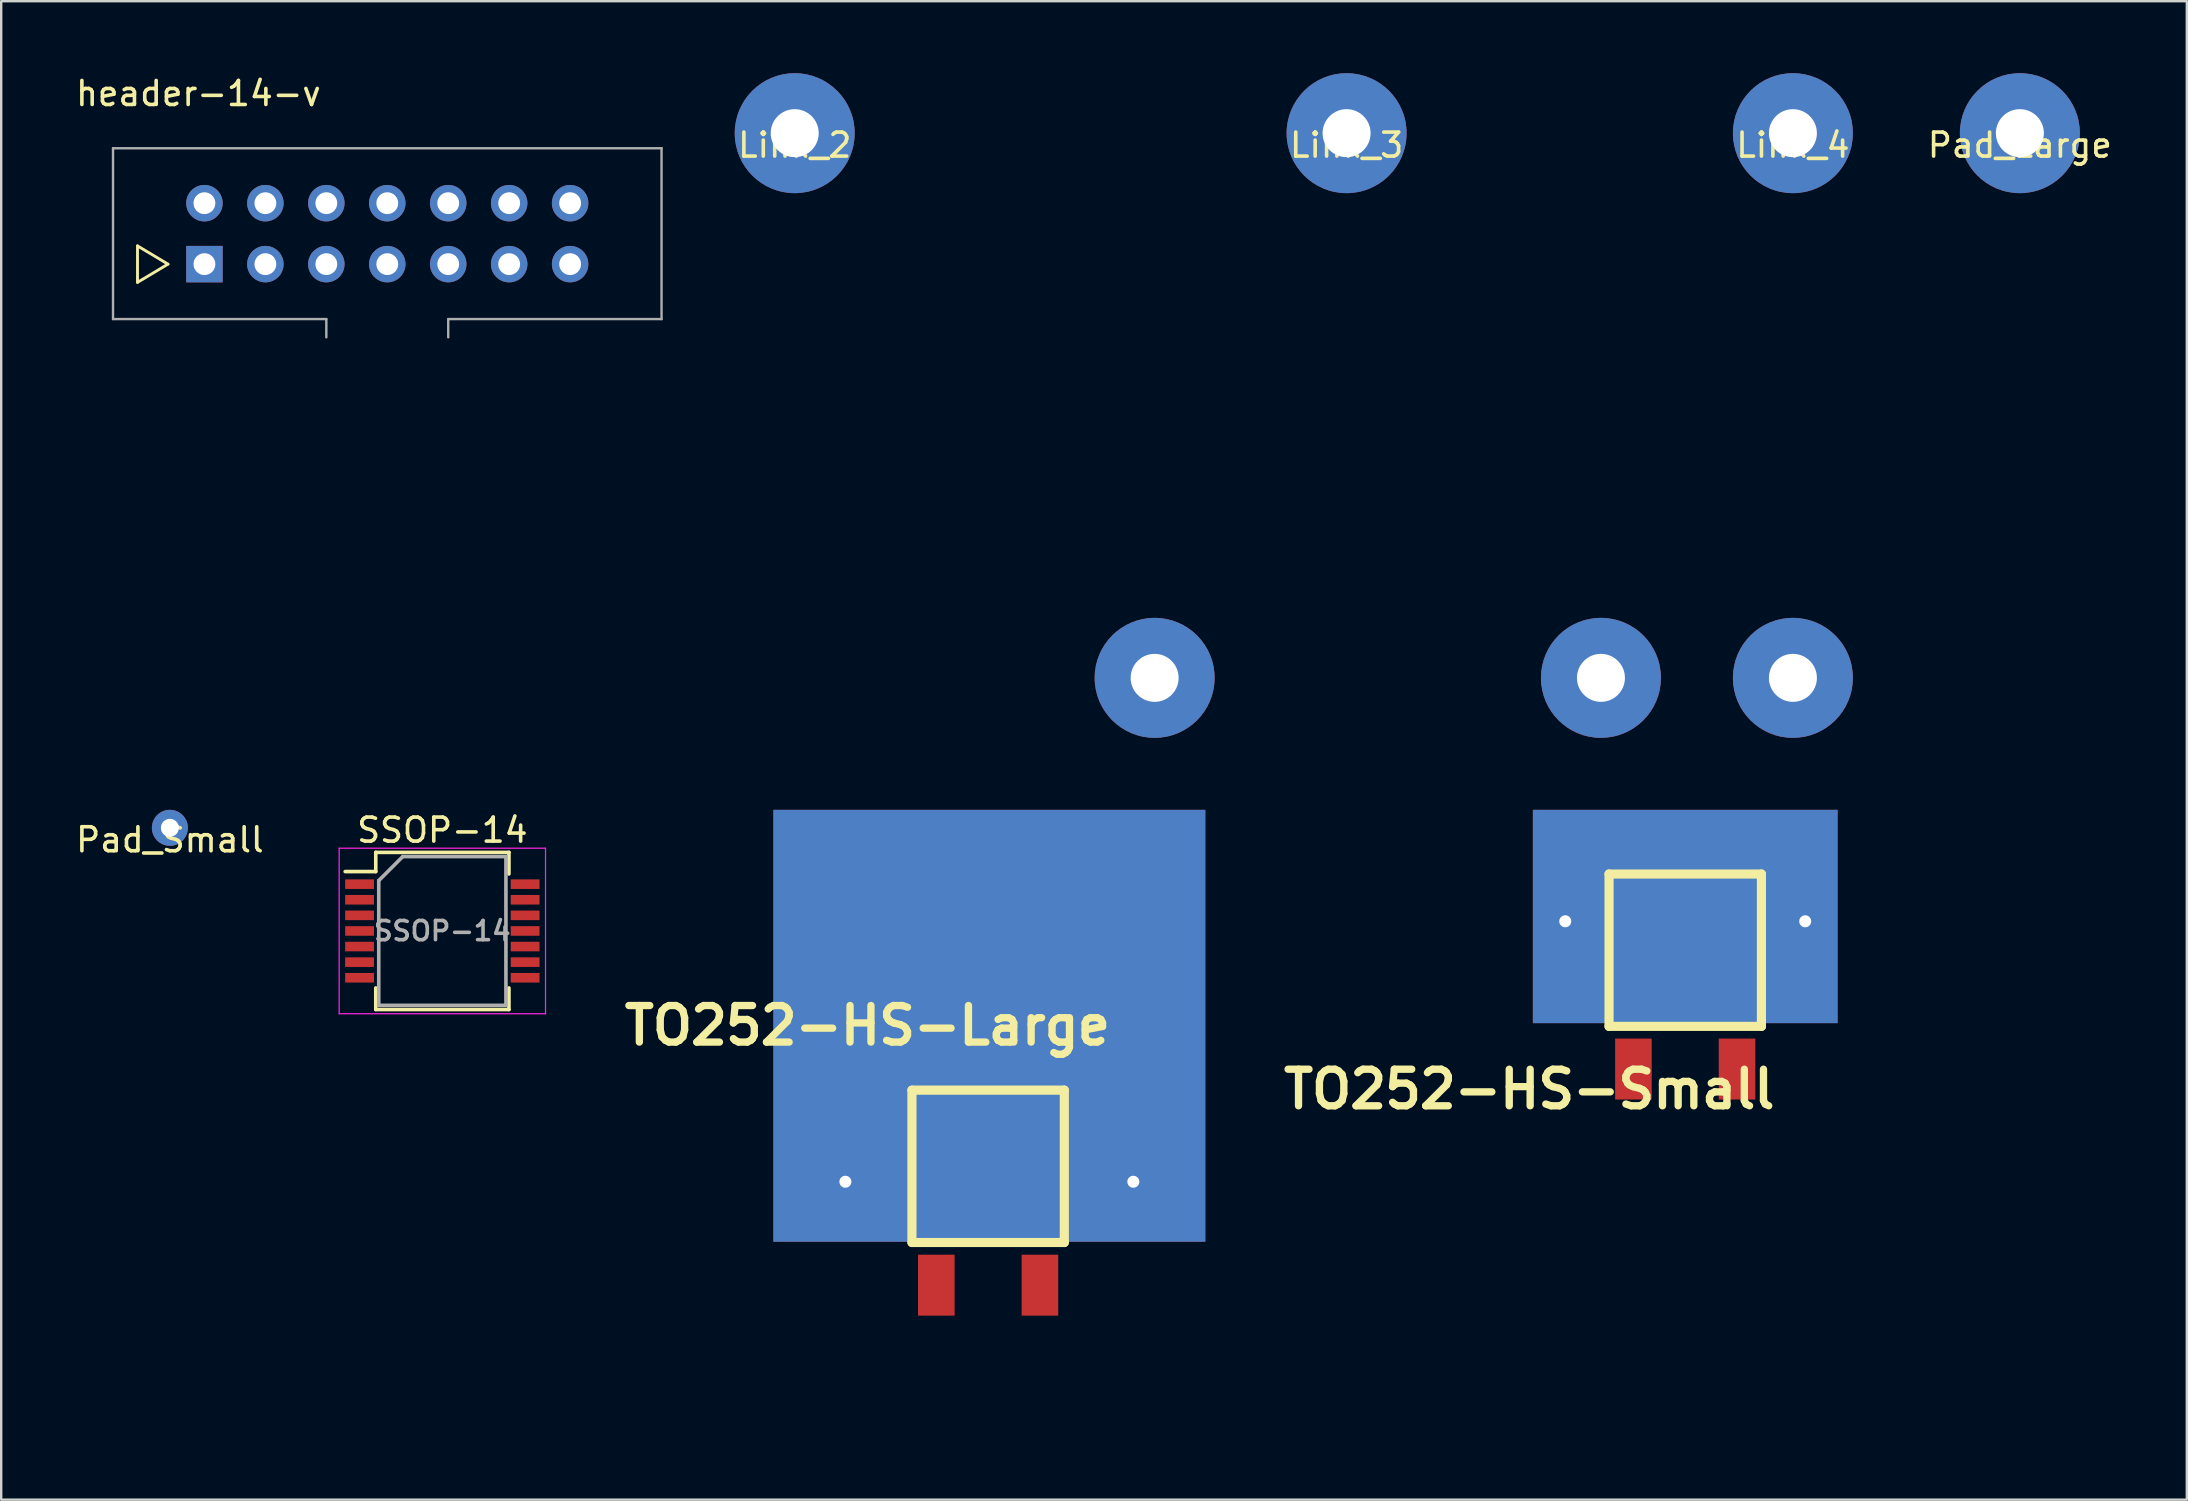
<source format=kicad_pcb>
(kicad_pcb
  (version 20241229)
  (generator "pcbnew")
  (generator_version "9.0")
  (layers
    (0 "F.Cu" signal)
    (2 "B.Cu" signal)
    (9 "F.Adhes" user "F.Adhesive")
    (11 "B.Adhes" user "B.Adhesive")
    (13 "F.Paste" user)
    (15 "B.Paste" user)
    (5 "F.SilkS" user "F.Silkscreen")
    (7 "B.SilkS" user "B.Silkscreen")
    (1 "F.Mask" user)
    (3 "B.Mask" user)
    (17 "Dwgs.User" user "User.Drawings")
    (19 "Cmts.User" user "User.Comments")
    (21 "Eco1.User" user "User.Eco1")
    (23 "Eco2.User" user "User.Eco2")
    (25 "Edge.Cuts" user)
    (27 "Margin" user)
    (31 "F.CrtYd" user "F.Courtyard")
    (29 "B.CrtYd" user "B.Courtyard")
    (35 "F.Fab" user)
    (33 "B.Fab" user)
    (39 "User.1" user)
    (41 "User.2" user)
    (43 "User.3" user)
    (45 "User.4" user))
  (footprint "Link_2"
    (layer "F.Cu")
    (at 30.07 2.5)
    (property "Reference" "Link_2" (at 0 0.5 0) (layer "F.SilkS") (effects (font (size 1 1) (thickness 0.15))))
    (attr through_hole)
    (pad "1" thru_hole circle (at 0 0) (size 5 5) (drill 2) (layers "*.Cu" "*.Mask"))
    (pad "2" thru_hole circle (at 15 22.7) (size 5 5) (drill 2) (layers "*.Cu" "*.Mask")))
  (footprint "Link_3"
    (layer "F.Cu")
    (at 53.07 2.5)
    (property "Reference" "Link_3" (at 0 0.5 0) (layer "F.SilkS") (effects (font (size 1 1) (thickness 0.15))))
    (attr through_hole)
    (pad "1" thru_hole circle (at 0 0) (size 5 5) (drill 2) (layers "*.Cu" "*.Mask"))
    (pad "2" thru_hole circle (at 10.6 22.7) (size 5 5) (drill 2) (layers "*.Cu" "*.Mask")))
  (footprint "header-14-v"
    (layer "F.Cu")
    (at 5.47 7.958)
    (property "Reference" "header-14-v" (at -0.25 -7.11 0) (layer "F.SilkS") (effects (font (size 1 1) (thickness 0.15))))
    (attr through_hole)
    (fp_line (start -2.79 -0.76) (end -2.79 0.76) (stroke (width 0.12) (type solid)) (layer "F.SilkS"))
    (fp_line (start -2.79 0.76) (end -1.52 0) (stroke (width 0.12) (type solid)) (layer "F.SilkS"))
    (fp_line (start -1.52 0) (end -2.79 -0.76) (stroke (width 0.12) (type solid)) (layer "F.SilkS"))
    (fp_line (start -3.81 -4.83) (end 19.05 -4.83) (stroke (width 0.1) (type solid)) (layer "F.Fab"))
    (fp_line (start -3.81 2.29) (end -3.81 -4.83) (stroke (width 0.1) (type solid)) (layer "F.Fab"))
    (fp_line (start 5.08 2.29) (end -3.81 2.29) (stroke (width 0.1) (type solid)) (layer "F.Fab"))
    (fp_line (start 5.08 3.05) (end 5.08 2.29) (stroke (width 0.1) (type solid)) (layer "F.Fab"))
    (fp_line (start 10.16 2.29) (end 10.16 3.05) (stroke (width 0.1) (type solid)) (layer "F.Fab"))
    (fp_line (start 19.05 -4.83) (end 19.05 2.29) (stroke (width 0.1) (type solid)) (layer "F.Fab"))
    (fp_line (start 19.05 2.29) (end 10.16 2.29) (stroke (width 0.1) (type solid)) (layer "F.Fab"))
    (pad "1" thru_hole rect (at 0 0) (size 1.52 1.52) (drill 0.91) (layers "*.Cu" "*.Mask"))
    (pad "2" thru_hole circle (at 0 -2.54) (size 1.52 1.52) (drill 0.91) (layers "*.Cu" "*.Mask"))
    (pad "3" thru_hole circle (at 2.54 0) (size 1.52 1.52) (drill 0.91) (layers "*.Cu" "*.Mask"))
    (pad "4" thru_hole circle (at 2.54 -2.54) (size 1.52 1.52) (drill 0.91) (layers "*.Cu" "*.Mask"))
    (pad "5" thru_hole circle (at 5.08 0) (size 1.52 1.52) (drill 0.91) (layers "*.Cu" "*.Mask"))
    (pad "6" thru_hole circle (at 5.08 -2.54) (size 1.52 1.52) (drill 0.91) (layers "*.Cu" "*.Mask"))
    (pad "7" thru_hole circle (at 7.62 0) (size 1.52 1.52) (drill 0.91) (layers "*.Cu" "*.Mask"))
    (pad "8" thru_hole circle (at 7.62 -2.54) (size 1.52 1.52) (drill 0.91) (layers "*.Cu" "*.Mask"))
    (pad "9" thru_hole circle (at 10.16 0) (size 1.52 1.52) (drill 0.91) (layers "*.Cu" "*.Mask"))
    (pad "10" thru_hole circle (at 10.16 -2.54) (size 1.52 1.52) (drill 0.91) (layers "*.Cu" "*.Mask"))
    (pad "11" thru_hole circle (at 12.7 0) (size 1.52 1.52) (drill 0.91) (layers "*.Cu" "*.Mask"))
    (pad "12" thru_hole circle (at 12.7 -2.54) (size 1.52 1.52) (drill 0.91) (layers "*.Cu" "*.Mask"))
    (pad "13" thru_hole circle (at 15.24 0) (size 1.52 1.52) (drill 0.91) (layers "*.Cu" "*.Mask"))
    (pad "14" thru_hole circle (at 15.24 -2.54) (size 1.52 1.52) (drill 0.91) (layers "*.Cu" "*.Mask")))
  (footprint "Link_4"
    (layer "F.Cu")
    (at 71.67 2.5)
    (property "Reference" "Link_4" (at 0 0.5 0) (layer "F.SilkS") (effects (font (size 1 1) (thickness 0.15))))
    (attr through_hole)
    (pad "1" thru_hole circle (at 0 0) (size 5 5) (drill 2) (layers "*.Cu" "*.Mask"))
    (pad "2" thru_hole circle (at 0 22.7) (size 5 5) (drill 2) (layers "*.Cu" "*.Mask")))
  (footprint "Pad_Large"
    (layer "F.Cu")
    (at 81.129 2.5)
    (property "Reference" "Pad_Large" (at 0 0.5 0) (layer "F.SilkS") (effects (font (size 1 1) (thickness 0.15))))
    (attr through_hole)
    (pad "1" thru_hole circle (at 0 0) (size 5 5) (drill 2) (layers "*.Cu" "*.Mask")))
  (footprint "TO252-HS-Small"
    (layer "F.Cu")
    (at 67.183 47.345)
    (property "Reference" "TO252-HS-Small" (at -6.5 -5 0) (layer "F.SilkS") (effects (font (size 1.524 1.524) (thickness 0.305))))
    (attr through_hole)
    (fp_line (start -3.175 -13.97) (end 3.175 -13.97) (stroke (width 0.381) (type solid)) (layer "F.SilkS"))
    (fp_line (start -3.175 -7.62) (end -3.175 -13.97) (stroke (width 0.381) (type solid)) (layer "F.SilkS"))
    (fp_line (start 3.175 -13.97) (end 3.175 -7.62) (stroke (width 0.381) (type solid)) (layer "F.SilkS"))
    (fp_line (start 3.175 -7.62) (end -3.175 -7.62) (stroke (width 0.381) (type solid)) (layer "F.SilkS"))
    (pad "" thru_hole circle (at 5 -12) (size 1 1) (drill 0.5) (layers "*.Cu" "*.Mask"))
    (pad "1" thru_hole circle (at -5 -12) (size 1 1) (drill 0.5) (layers "*.Cu" "*.Mask"))
    (pad "1" smd rect (at -2.159 -5.842) (size 1.524 2.54) (layers "F.Cu" "F.Mask" "F.Paste"))
    (pad "2" smd rect (at 2.159 -5.842) (size 1.524 2.54) (layers "F.Cu" "F.Mask" "F.Paste"))
    (pad "3" smd rect (at 0 -12.2) (size 12.7 8.89) (layers "F.Cu" "F.Mask" "F.Paste"))
    (pad "3" smd rect (at 0 -12.2) (size 12.7 8.89) (layers "B.Cu" "B.Mask" "F.Paste")))
  (footprint "SSOP-14"
    (layer "F.Cu")
    (at 15.385 35.748)
    (property "Reference" "SSOP-14" (at 0 -4.2 0) (layer "F.SilkS") (effects (font (size 1 1) (thickness 0.15))))
    (attr smd)
    (fp_line (start -2.775 -3.275) (end -2.775 -2.475) (stroke (width 0.15) (type solid)) (layer "F.SilkS"))
    (fp_line (start -2.775 -3.275) (end 2.775 -3.275) (stroke (width 0.15) (type solid)) (layer "F.SilkS"))
    (fp_line (start -2.775 -2.475) (end -4.05 -2.475) (stroke (width 0.15) (type solid)) (layer "F.SilkS"))
    (fp_line (start -2.775 3.275) (end -2.775 2.375) (stroke (width 0.15) (type solid)) (layer "F.SilkS"))
    (fp_line (start -2.775 3.275) (end 2.775 3.275) (stroke (width 0.15) (type solid)) (layer "F.SilkS"))
    (fp_line (start 2.775 -3.275) (end 2.775 -2.375) (stroke (width 0.15) (type solid)) (layer "F.SilkS"))
    (fp_line (start 2.775 3.275) (end 2.775 2.375) (stroke (width 0.15) (type solid)) (layer "F.SilkS"))
    (fp_line (start -4.3 -3.45) (end -4.3 3.45) (stroke (width 0.05) (type solid)) (layer "F.CrtYd"))
    (fp_line (start -4.3 -3.45) (end 4.3 -3.45) (stroke (width 0.05) (type solid)) (layer "F.CrtYd"))
    (fp_line (start -4.3 3.45) (end 4.3 3.45) (stroke (width 0.05) (type solid)) (layer "F.CrtYd"))
    (fp_line (start 4.3 -3.45) (end 4.3 3.45) (stroke (width 0.05) (type solid)) (layer "F.CrtYd"))
    (fp_line (start -2.65 -2.1) (end -1.65 -3.1) (stroke (width 0.15) (type solid)) (layer "F.Fab"))
    (fp_line (start -2.65 3.1) (end -2.65 -2.1) (stroke (width 0.15) (type solid)) (layer "F.Fab"))
    (fp_line (start -1.65 -3.1) (end 2.65 -3.1) (stroke (width 0.15) (type solid)) (layer "F.Fab"))
    (fp_line (start 2.65 -3.1) (end 2.65 3.1) (stroke (width 0.15) (type solid)) (layer "F.Fab"))
    (fp_line (start 2.65 3.1) (end -2.65 3.1) (stroke (width 0.15) (type solid)) (layer "F.Fab"))
    (fp_text user "${REFERENCE}" (at 0 0 0) (layer "F.Fab") (effects (font (size 0.8 0.8) (thickness 0.15))))
    (pad "1" smd rect (at -3.45 -1.95) (size 1.2 0.4) (layers "F.Cu" "F.Mask" "F.Paste"))
    (pad "2" smd rect (at -3.45 -1.3) (size 1.2 0.4) (layers "F.Cu" "F.Mask" "F.Paste"))
    (pad "3" smd rect (at -3.45 -0.65) (size 1.2 0.4) (layers "F.Cu" "F.Mask" "F.Paste"))
    (pad "4" smd rect (at -3.45 0) (size 1.2 0.4) (layers "F.Cu" "F.Mask" "F.Paste"))
    (pad "5" smd rect (at -3.45 0.65) (size 1.2 0.4) (layers "F.Cu" "F.Mask" "F.Paste"))
    (pad "6" smd rect (at -3.45 1.3) (size 1.2 0.4) (layers "F.Cu" "F.Mask" "F.Paste"))
    (pad "7" smd rect (at -3.45 1.95) (size 1.2 0.4) (layers "F.Cu" "F.Mask" "F.Paste"))
    (pad "8" smd rect (at 3.45 1.95) (size 1.2 0.4) (layers "F.Cu" "F.Mask" "F.Paste"))
    (pad "9" smd rect (at 3.45 1.3) (size 1.2 0.4) (layers "F.Cu" "F.Mask" "F.Paste"))
    (pad "10" smd rect (at 3.45 0.65) (size 1.2 0.4) (layers "F.Cu" "F.Mask" "F.Paste"))
    (pad "11" smd rect (at 3.45 0) (size 1.2 0.4) (layers "F.Cu" "F.Mask" "F.Paste"))
    (pad "12" smd rect (at 3.45 -0.65) (size 1.2 0.4) (layers "F.Cu" "F.Mask" "F.Paste"))
    (pad "13" smd rect (at 3.45 -1.3) (size 1.2 0.4) (layers "F.Cu" "F.Mask" "F.Paste"))
    (pad "14" smd rect (at 3.45 -1.95) (size 1.2 0.4) (layers "F.Cu" "F.Mask" "F.Paste")))
  (footprint "Pad_Small"
    (layer "F.Cu")
    (at 4.03 31.45)
    (property "Reference" "Pad_Small" (at 0 0.5 0) (layer "F.SilkS") (effects (font (size 1 1) (thickness 0.15))))
    (attr through_hole)
    (pad "1" thru_hole circle (at 0 0) (size 1.5 1.5) (drill 0.75) (layers "*.Cu" "*.Mask")))
  (footprint "TO252-HS-Large"
    (layer "F.Cu")
    (at 38.182 56.2)
    (property "Reference" "TO252-HS-Large" (at -5.08 -16.51 0) (layer "F.SilkS") (effects (font (size 1.524 1.524) (thickness 0.305))))
    (attr through_hole)
    (fp_line (start -3.226 -13.818) (end 3.124 -13.818) (stroke (width 0.381) (type solid)) (layer "F.SilkS"))
    (fp_line (start -3.226 -7.468) (end -3.226 -13.818) (stroke (width 0.381) (type solid)) (layer "F.SilkS"))
    (fp_line (start 3.124 -13.818) (end 3.124 -7.468) (stroke (width 0.381) (type solid)) (layer "F.SilkS"))
    (fp_line (start 3.124 -7.468) (end -3.226 -7.468) (stroke (width 0.381) (type solid)) (layer "F.SilkS"))
    (pad "1" smd rect (at -2.21 -5.69) (size 1.524 2.54) (layers "F.Cu" "F.Mask" "F.Paste"))
    (pad "2" smd rect (at 2.108 -5.69) (size 1.524 2.54) (layers "F.Cu" "F.Mask" "F.Paste"))
    (pad "3" thru_hole circle (at -6 -10) (size 1 1) (drill 0.5) (layers "*.Cu" "*.Mask"))
    (pad "3" smd rect (at 0 -16.5) (size 18 18) (layers "F.Cu" "F.Mask"))
    (pad "3" smd rect (at 0 -16.5) (size 18 18) (layers "B.Cu" "B.Mask"))
    (pad "3" thru_hole circle (at 6 -10) (size 1 1) (drill 0.5) (layers "*.Cu" "*.Mask")))
  (gr_rect
    (start -3 -3)
    (end 88.087 59.45)
    (stroke (width 0.1) (type default))
    (fill no)
    (layer "Edge.Cuts")))
</source>
